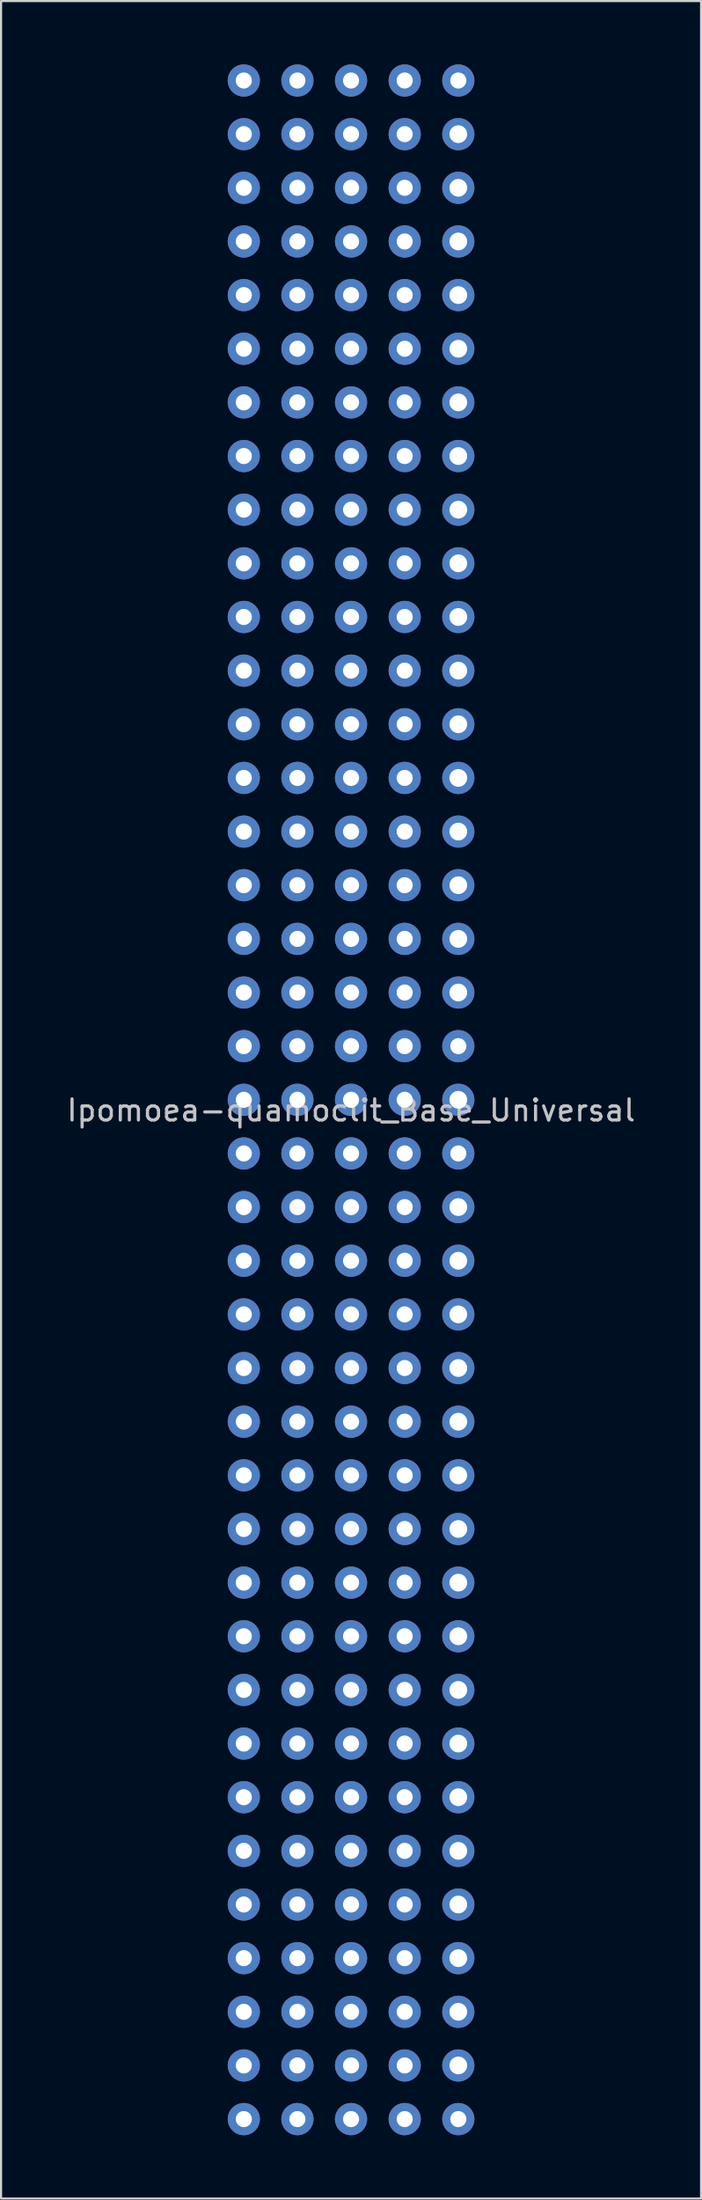
<source format=kicad_pcb>
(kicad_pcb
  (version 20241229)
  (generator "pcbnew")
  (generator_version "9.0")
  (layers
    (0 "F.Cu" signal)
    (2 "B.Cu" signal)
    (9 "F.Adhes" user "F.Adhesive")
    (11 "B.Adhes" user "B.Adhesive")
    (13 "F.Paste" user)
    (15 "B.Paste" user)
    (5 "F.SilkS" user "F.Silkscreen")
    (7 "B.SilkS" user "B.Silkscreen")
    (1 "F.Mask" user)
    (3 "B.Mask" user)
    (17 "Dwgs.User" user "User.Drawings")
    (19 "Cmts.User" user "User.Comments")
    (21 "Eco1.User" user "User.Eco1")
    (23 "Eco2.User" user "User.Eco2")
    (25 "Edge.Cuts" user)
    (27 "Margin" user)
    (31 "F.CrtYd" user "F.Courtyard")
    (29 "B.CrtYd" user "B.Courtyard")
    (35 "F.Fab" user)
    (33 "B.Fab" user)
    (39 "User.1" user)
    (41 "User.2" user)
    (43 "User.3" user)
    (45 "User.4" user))
  (footprint "Ipomoea-quamoclit_Base_Universal"
    (layer "F.Cu")
    (at 13.577 49.022)
    (property "Reference" "Ipomoea-quamoclit_Base_Universal" (at 0 0.5 0) (layer "Dwgs.User") (effects (font (size 1 1) (thickness 0.15))))
    (attr through_hole)
    (pad "" thru_hole circle (at 5.08 -45.72 270) (size 1.524 1.524) (drill 0.84) (layers "*.Cu" "*.Mask"))
    (pad "" thru_hole circle (at 5.08 -43.18 270) (size 1.524 1.524) (drill 0.84) (layers "*.Cu" "*.Mask"))
    (pad "" thru_hole circle (at 5.08 -40.64 270) (size 1.524 1.524) (drill 0.84) (layers "*.Cu" "*.Mask"))
    (pad "" thru_hole circle (at 5.08 -38.1 270) (size 1.524 1.524) (drill 0.84) (layers "*.Cu" "*.Mask"))
    (pad "" thru_hole circle (at 5.08 -35.56 270) (size 1.524 1.524) (drill 0.84) (layers "*.Cu" "*.Mask"))
    (pad "" thru_hole circle (at 5.08 -33.02 270) (size 1.524 1.524) (drill 0.84) (layers "*.Cu" "*.Mask"))
    (pad "" thru_hole circle (at 5.08 -30.48 270) (size 1.524 1.524) (drill 0.84) (layers "*.Cu" "*.Mask"))
    (pad "" thru_hole circle (at 5.08 -27.94 270) (size 1.524 1.524) (drill 0.84) (layers "*.Cu" "*.Mask"))
    (pad "" thru_hole circle (at 5.08 -25.4 270) (size 1.524 1.524) (drill 0.84) (layers "*.Cu" "*.Mask"))
    (pad "" thru_hole circle (at 5.08 -22.86 270) (size 1.524 1.524) (drill 0.84) (layers "*.Cu" "*.Mask"))
    (pad "" thru_hole circle (at 5.08 -20.32 270) (size 1.524 1.524) (drill 0.84) (layers "*.Cu" "*.Mask"))
    (pad "" thru_hole circle (at 5.08 -17.78 270) (size 1.524 1.524) (drill 0.84) (layers "*.Cu" "*.Mask"))
    (pad "" thru_hole circle (at 5.08 -15.24 270) (size 1.524 1.524) (drill 0.84) (layers "*.Cu" "*.Mask"))
    (pad "" thru_hole circle (at 5.08 -12.7 270) (size 1.524 1.524) (drill 0.84) (layers "*.Cu" "*.Mask"))
    (pad "" thru_hole circle (at 5.08 -10.16 270) (size 1.524 1.524) (drill 0.84) (layers "*.Cu" "*.Mask"))
    (pad "" thru_hole circle (at 5.08 -7.62 270) (size 1.524 1.524) (drill 0.84) (layers "*.Cu" "*.Mask"))
    (pad "" thru_hole circle (at 5.08 -5.08 270) (size 1.524 1.524) (drill 0.84) (layers "*.Cu" "*.Mask"))
    (pad "" thru_hole circle (at 5.08 0 270) (size 1.524 1.524) (drill 0.84) (layers "*.Cu" "*.Mask"))
    (pad "" thru_hole circle (at 5.08 5.08 270) (size 1.524 1.524) (drill 0.84) (layers "*.Cu" "*.Mask"))
    (pad "" thru_hole circle (at 5.08 7.62 270) (size 1.524 1.524) (drill 0.84) (layers "*.Cu" "*.Mask"))
    (pad "" thru_hole circle (at 5.08 10.16 270) (size 1.524 1.524) (drill 0.84) (layers "*.Cu" "*.Mask"))
    (pad "" thru_hole circle (at 5.08 12.7 270) (size 1.524 1.524) (drill 0.84) (layers "*.Cu" "*.Mask"))
    (pad "" thru_hole circle (at 5.08 15.24 270) (size 1.524 1.524) (drill 0.84) (layers "*.Cu" "*.Mask"))
    (pad "" thru_hole circle (at 5.08 17.78 270) (size 1.524 1.524) (drill 0.84) (layers "*.Cu" "*.Mask"))
    (pad "" thru_hole circle (at 5.08 20.32 270) (size 1.524 1.524) (drill 0.84) (layers "*.Cu" "*.Mask"))
    (pad "" thru_hole circle (at 5.08 22.86 270) (size 1.524 1.524) (drill 0.84) (layers "*.Cu" "*.Mask"))
    (pad "" thru_hole circle (at 5.08 25.4 270) (size 1.524 1.524) (drill 0.84) (layers "*.Cu" "*.Mask"))
    (pad "" thru_hole circle (at 5.08 27.94 270) (size 1.524 1.524) (drill 0.84) (layers "*.Cu" "*.Mask"))
    (pad "" thru_hole circle (at 5.08 30.48 270) (size 1.524 1.524) (drill 0.84) (layers "*.Cu" "*.Mask"))
    (pad "" thru_hole circle (at 5.08 33.02 270) (size 1.524 1.524) (drill 0.84) (layers "*.Cu" "*.Mask"))
    (pad "" thru_hole circle (at 5.08 35.56 270) (size 1.524 1.524) (drill 0.84) (layers "*.Cu" "*.Mask"))
    (pad "" thru_hole circle (at 5.08 38.1 270) (size 1.524 1.524) (drill 0.84) (layers "*.Cu" "*.Mask"))
    (pad "" thru_hole circle (at 5.08 40.64 270) (size 1.524 1.524) (drill 0.84) (layers "*.Cu" "*.Mask"))
    (pad "" thru_hole circle (at 5.08 43.18 270) (size 1.524 1.524) (drill 0.84) (layers "*.Cu" "*.Mask"))
    (pad "" thru_hole circle (at 5.08 45.72 270) (size 1.524 1.524) (drill 0.84) (layers "*.Cu" "*.Mask"))
    (pad "1" thru_hole circle (at 5.08 -48.26) (size 1.524 1.524) (drill 0.762) (layers "*.Cu" "*.Mask"))
    (pad "2" thru_hole circle (at 5.08 -2.54) (size 1.524 1.524) (drill 0.762) (layers "*.Cu" "*.Mask"))
    (pad "3" thru_hole circle (at 5.08 2.54) (size 1.524 1.524) (drill 0.762) (layers "*.Cu" "*.Mask"))
    (pad "4" thru_hole circle (at 5.08 48.26) (size 1.524 1.524) (drill 0.762) (layers "*.Cu" "*.Mask"))
    (pad "5" thru_hole circle (at 0 -48.26) (size 1.524 1.524) (drill 0.762) (layers "*.Cu" "*.Mask"))
    (pad "5" thru_hole circle (at 2.54 -48.26) (size 1.524 1.524) (drill 0.762) (layers "*.Cu" "*.Mask"))
    (pad "6" thru_hole circle (at 0 -45.72) (size 1.524 1.524) (drill 0.762) (layers "*.Cu" "*.Mask"))
    (pad "6" thru_hole circle (at 2.54 -45.72) (size 1.524 1.524) (drill 0.762) (layers "*.Cu" "*.Mask"))
    (pad "7" thru_hole circle (at 0 -43.18) (size 1.524 1.524) (drill 0.762) (layers "*.Cu" "*.Mask"))
    (pad "7" thru_hole circle (at 2.54 -43.18) (size 1.524 1.524) (drill 0.762) (layers "*.Cu" "*.Mask"))
    (pad "8" thru_hole circle (at 0 -40.64) (size 1.524 1.524) (drill 0.762) (layers "*.Cu" "*.Mask"))
    (pad "8" thru_hole circle (at 2.54 -40.64) (size 1.524 1.524) (drill 0.762) (layers "*.Cu" "*.Mask"))
    (pad "9" thru_hole circle (at 0 -38.1) (size 1.524 1.524) (drill 0.762) (layers "*.Cu" "*.Mask"))
    (pad "9" thru_hole circle (at 2.54 -38.1) (size 1.524 1.524) (drill 0.762) (layers "*.Cu" "*.Mask"))
    (pad "10" thru_hole circle (at 0 -35.56) (size 1.524 1.524) (drill 0.762) (layers "*.Cu" "*.Mask"))
    (pad "10" thru_hole circle (at 2.54 -35.56) (size 1.524 1.524) (drill 0.762) (layers "*.Cu" "*.Mask"))
    (pad "11" thru_hole circle (at 0 -33.02) (size 1.524 1.524) (drill 0.762) (layers "*.Cu" "*.Mask"))
    (pad "11" thru_hole circle (at 2.54 -33.02) (size 1.524 1.524) (drill 0.762) (layers "*.Cu" "*.Mask"))
    (pad "12" thru_hole circle (at 0 -30.48) (size 1.524 1.524) (drill 0.762) (layers "*.Cu" "*.Mask"))
    (pad "12" thru_hole circle (at 2.54 -30.48) (size 1.524 1.524) (drill 0.762) (layers "*.Cu" "*.Mask"))
    (pad "13" thru_hole circle (at 0 -27.94) (size 1.524 1.524) (drill 0.762) (layers "*.Cu" "*.Mask"))
    (pad "13" thru_hole circle (at 2.54 -27.94) (size 1.524 1.524) (drill 0.762) (layers "*.Cu" "*.Mask"))
    (pad "14" thru_hole circle (at 0 -25.4) (size 1.524 1.524) (drill 0.762) (layers "*.Cu" "*.Mask"))
    (pad "14" thru_hole circle (at 2.54 -25.4) (size 1.524 1.524) (drill 0.762) (layers "*.Cu" "*.Mask"))
    (pad "15" thru_hole circle (at 0 -22.86) (size 1.524 1.524) (drill 0.762) (layers "*.Cu" "*.Mask"))
    (pad "15" thru_hole circle (at 2.54 -22.86) (size 1.524 1.524) (drill 0.762) (layers "*.Cu" "*.Mask"))
    (pad "16" thru_hole circle (at 0 -20.32) (size 1.524 1.524) (drill 0.762) (layers "*.Cu" "*.Mask"))
    (pad "16" thru_hole circle (at 2.54 -20.32) (size 1.524 1.524) (drill 0.762) (layers "*.Cu" "*.Mask"))
    (pad "17" thru_hole circle (at 0 -17.78) (size 1.524 1.524) (drill 0.762) (layers "*.Cu" "*.Mask"))
    (pad "17" thru_hole circle (at 2.54 -17.78) (size 1.524 1.524) (drill 0.762) (layers "*.Cu" "*.Mask"))
    (pad "18" thru_hole circle (at 0 -15.24) (size 1.524 1.524) (drill 0.762) (layers "*.Cu" "*.Mask"))
    (pad "18" thru_hole circle (at 2.54 -15.24) (size 1.524 1.524) (drill 0.762) (layers "*.Cu" "*.Mask"))
    (pad "19" thru_hole circle (at 0 -12.7) (size 1.524 1.524) (drill 0.762) (layers "*.Cu" "*.Mask"))
    (pad "19" thru_hole circle (at 2.54 -12.7) (size 1.524 1.524) (drill 0.762) (layers "*.Cu" "*.Mask"))
    (pad "20" thru_hole circle (at 0 -10.16) (size 1.524 1.524) (drill 0.762) (layers "*.Cu" "*.Mask"))
    (pad "20" thru_hole circle (at 2.54 -10.16) (size 1.524 1.524) (drill 0.762) (layers "*.Cu" "*.Mask"))
    (pad "21" thru_hole circle (at 0 -7.62) (size 1.524 1.524) (drill 0.762) (layers "*.Cu" "*.Mask"))
    (pad "21" thru_hole circle (at 2.54 -7.62) (size 1.524 1.524) (drill 0.762) (layers "*.Cu" "*.Mask"))
    (pad "22" thru_hole circle (at 0 -5.08) (size 1.524 1.524) (drill 0.762) (layers "*.Cu" "*.Mask"))
    (pad "22" thru_hole circle (at 2.54 -5.08) (size 1.524 1.524) (drill 0.762) (layers "*.Cu" "*.Mask"))
    (pad "23" thru_hole circle (at 0 -2.54) (size 1.524 1.524) (drill 0.762) (layers "*.Cu" "*.Mask"))
    (pad "23" thru_hole circle (at 2.54 -2.54) (size 1.524 1.524) (drill 0.762) (layers "*.Cu" "*.Mask"))
    (pad "24" thru_hole circle (at 0 0) (size 1.524 1.524) (drill 0.762) (layers "*.Cu" "*.Mask"))
    (pad "24" thru_hole circle (at 2.54 0) (size 1.524 1.524) (drill 0.762) (layers "*.Cu" "*.Mask"))
    (pad "25" thru_hole circle (at 0 2.54) (size 1.524 1.524) (drill 0.762) (layers "*.Cu" "*.Mask"))
    (pad "25" thru_hole circle (at 2.54 2.54) (size 1.524 1.524) (drill 0.762) (layers "*.Cu" "*.Mask"))
    (pad "26" thru_hole circle (at 0 5.08) (size 1.524 1.524) (drill 0.762) (layers "*.Cu" "*.Mask"))
    (pad "26" thru_hole circle (at 2.54 5.08) (size 1.524 1.524) (drill 0.762) (layers "*.Cu" "*.Mask"))
    (pad "27" thru_hole circle (at 0 7.62) (size 1.524 1.524) (drill 0.762) (layers "*.Cu" "*.Mask"))
    (pad "27" thru_hole circle (at 2.54 7.62) (size 1.524 1.524) (drill 0.762) (layers "*.Cu" "*.Mask"))
    (pad "28" thru_hole circle (at 0 10.16) (size 1.524 1.524) (drill 0.762) (layers "*.Cu" "*.Mask"))
    (pad "28" thru_hole circle (at 2.54 10.16) (size 1.524 1.524) (drill 0.762) (layers "*.Cu" "*.Mask"))
    (pad "29" thru_hole circle (at 0 12.7) (size 1.524 1.524) (drill 0.762) (layers "*.Cu" "*.Mask"))
    (pad "29" thru_hole circle (at 2.54 12.7) (size 1.524 1.524) (drill 0.762) (layers "*.Cu" "*.Mask"))
    (pad "30" thru_hole circle (at 0 15.24) (size 1.524 1.524) (drill 0.762) (layers "*.Cu" "*.Mask"))
    (pad "30" thru_hole circle (at 2.54 15.24) (size 1.524 1.524) (drill 0.762) (layers "*.Cu" "*.Mask"))
    (pad "31" thru_hole circle (at 0 17.78) (size 1.524 1.524) (drill 0.762) (layers "*.Cu" "*.Mask"))
    (pad "31" thru_hole circle (at 2.54 17.78) (size 1.524 1.524) (drill 0.762) (layers "*.Cu" "*.Mask"))
    (pad "32" thru_hole circle (at 0 20.32) (size 1.524 1.524) (drill 0.762) (layers "*.Cu" "*.Mask"))
    (pad "32" thru_hole circle (at 2.54 20.32) (size 1.524 1.524) (drill 0.762) (layers "*.Cu" "*.Mask"))
    (pad "33" thru_hole circle (at 0 22.86) (size 1.524 1.524) (drill 0.762) (layers "*.Cu" "*.Mask"))
    (pad "33" thru_hole circle (at 2.54 22.86) (size 1.524 1.524) (drill 0.762) (layers "*.Cu" "*.Mask"))
    (pad "34" thru_hole circle (at 0 25.4) (size 1.524 1.524) (drill 0.762) (layers "*.Cu" "*.Mask"))
    (pad "34" thru_hole circle (at 2.54 25.4) (size 1.524 1.524) (drill 0.762) (layers "*.Cu" "*.Mask"))
    (pad "35" thru_hole circle (at 0 27.94) (size 1.524 1.524) (drill 0.762) (layers "*.Cu" "*.Mask"))
    (pad "35" thru_hole circle (at 2.54 27.94) (size 1.524 1.524) (drill 0.762) (layers "*.Cu" "*.Mask"))
    (pad "36" thru_hole circle (at 0 30.48) (size 1.524 1.524) (drill 0.762) (layers "*.Cu" "*.Mask"))
    (pad "36" thru_hole circle (at 2.54 30.48) (size 1.524 1.524) (drill 0.762) (layers "*.Cu" "*.Mask"))
    (pad "37" thru_hole circle (at 0 33.02) (size 1.524 1.524) (drill 0.762) (layers "*.Cu" "*.Mask"))
    (pad "37" thru_hole circle (at 2.54 33.02) (size 1.524 1.524) (drill 0.762) (layers "*.Cu" "*.Mask"))
    (pad "38" thru_hole circle (at 0 35.56) (size 1.524 1.524) (drill 0.762) (layers "*.Cu" "*.Mask"))
    (pad "38" thru_hole circle (at 2.54 35.56) (size 1.524 1.524) (drill 0.762) (layers "*.Cu" "*.Mask"))
    (pad "39" thru_hole circle (at 0 38.1) (size 1.524 1.524) (drill 0.762) (layers "*.Cu" "*.Mask"))
    (pad "39" thru_hole circle (at 2.54 38.1) (size 1.524 1.524) (drill 0.762) (layers "*.Cu" "*.Mask"))
    (pad "40" thru_hole circle (at 0 40.64) (size 1.524 1.524) (drill 0.762) (layers "*.Cu" "*.Mask"))
    (pad "40" thru_hole circle (at 2.54 40.64) (size 1.524 1.524) (drill 0.762) (layers "*.Cu" "*.Mask"))
    (pad "41" thru_hole circle (at 0 43.18) (size 1.524 1.524) (drill 0.762) (layers "*.Cu" "*.Mask"))
    (pad "41" thru_hole circle (at 2.54 43.18) (size 1.524 1.524) (drill 0.762) (layers "*.Cu" "*.Mask"))
    (pad "42" thru_hole circle (at 0 45.72) (size 1.524 1.524) (drill 0.762) (layers "*.Cu" "*.Mask"))
    (pad "42" thru_hole circle (at 2.54 45.72) (size 1.524 1.524) (drill 0.762) (layers "*.Cu" "*.Mask"))
    (pad "43" thru_hole circle (at 0 48.26) (size 1.524 1.524) (drill 0.762) (layers "*.Cu" "*.Mask"))
    (pad "43" thru_hole circle (at 2.54 48.26) (size 1.524 1.524) (drill 0.762) (layers "*.Cu" "*.Mask"))
    (pad "44" thru_hole circle (at -5.08 -48.26) (size 1.524 1.524) (drill 0.762) (layers "*.Cu" "*.Mask"))
    (pad "44" thru_hole circle (at -2.54 -48.26) (size 1.524 1.524) (drill 0.762) (layers "*.Cu" "*.Mask"))
    (pad "45" thru_hole circle (at -5.08 -45.72) (size 1.524 1.524) (drill 0.762) (layers "*.Cu" "*.Mask"))
    (pad "45" thru_hole circle (at -2.54 -45.72) (size 1.524 1.524) (drill 0.762) (layers "*.Cu" "*.Mask"))
    (pad "46" thru_hole circle (at -5.08 -43.18) (size 1.524 1.524) (drill 0.762) (layers "*.Cu" "*.Mask"))
    (pad "46" thru_hole circle (at -2.54 -43.18) (size 1.524 1.524) (drill 0.762) (layers "*.Cu" "*.Mask"))
    (pad "47" thru_hole circle (at -5.08 -40.64) (size 1.524 1.524) (drill 0.762) (layers "*.Cu" "*.Mask"))
    (pad "47" thru_hole circle (at -2.54 -40.64) (size 1.524 1.524) (drill 0.762) (layers "*.Cu" "*.Mask"))
    (pad "48" thru_hole circle (at -5.08 -38.1) (size 1.524 1.524) (drill 0.762) (layers "*.Cu" "*.Mask"))
    (pad "48" thru_hole circle (at -2.54 -38.1) (size 1.524 1.524) (drill 0.762) (layers "*.Cu" "*.Mask"))
    (pad "49" thru_hole circle (at -5.08 -35.56) (size 1.524 1.524) (drill 0.762) (layers "*.Cu" "*.Mask"))
    (pad "49" thru_hole circle (at -2.54 -35.56) (size 1.524 1.524) (drill 0.762) (layers "*.Cu" "*.Mask"))
    (pad "50" thru_hole circle (at -5.08 -33.02) (size 1.524 1.524) (drill 0.762) (layers "*.Cu" "*.Mask"))
    (pad "50" thru_hole circle (at -2.54 -33.02) (size 1.524 1.524) (drill 0.762) (layers "*.Cu" "*.Mask"))
    (pad "51" thru_hole circle (at -5.08 -30.48) (size 1.524 1.524) (drill 0.762) (layers "*.Cu" "*.Mask"))
    (pad "51" thru_hole circle (at -2.54 -30.48) (size 1.524 1.524) (drill 0.762) (layers "*.Cu" "*.Mask"))
    (pad "52" thru_hole circle (at -5.08 -27.94) (size 1.524 1.524) (drill 0.762) (layers "*.Cu" "*.Mask"))
    (pad "52" thru_hole circle (at -2.54 -27.94) (size 1.524 1.524) (drill 0.762) (layers "*.Cu" "*.Mask"))
    (pad "53" thru_hole circle (at -5.08 -25.4) (size 1.524 1.524) (drill 0.762) (layers "*.Cu" "*.Mask"))
    (pad "53" thru_hole circle (at -2.54 -25.4) (size 1.524 1.524) (drill 0.762) (layers "*.Cu" "*.Mask"))
    (pad "54" thru_hole circle (at -5.08 -22.86) (size 1.524 1.524) (drill 0.762) (layers "*.Cu" "*.Mask"))
    (pad "54" thru_hole circle (at -2.54 -22.86) (size 1.524 1.524) (drill 0.762) (layers "*.Cu" "*.Mask"))
    (pad "55" thru_hole circle (at -5.08 -20.32) (size 1.524 1.524) (drill 0.762) (layers "*.Cu" "*.Mask"))
    (pad "55" thru_hole circle (at -2.54 -20.32) (size 1.524 1.524) (drill 0.762) (layers "*.Cu" "*.Mask"))
    (pad "56" thru_hole circle (at -5.08 -17.78) (size 1.524 1.524) (drill 0.762) (layers "*.Cu" "*.Mask"))
    (pad "56" thru_hole circle (at -2.54 -17.78) (size 1.524 1.524) (drill 0.762) (layers "*.Cu" "*.Mask"))
    (pad "57" thru_hole circle (at -5.08 -15.24) (size 1.524 1.524) (drill 0.762) (layers "*.Cu" "*.Mask"))
    (pad "57" thru_hole circle (at -2.54 -15.24) (size 1.524 1.524) (drill 0.762) (layers "*.Cu" "*.Mask"))
    (pad "58" thru_hole circle (at -5.08 -12.7) (size 1.524 1.524) (drill 0.762) (layers "*.Cu" "*.Mask"))
    (pad "58" thru_hole circle (at -2.54 -12.7) (size 1.524 1.524) (drill 0.762) (layers "*.Cu" "*.Mask"))
    (pad "59" thru_hole circle (at -5.08 -10.16) (size 1.524 1.524) (drill 0.762) (layers "*.Cu" "*.Mask"))
    (pad "59" thru_hole circle (at -2.54 -10.16) (size 1.524 1.524) (drill 0.762) (layers "*.Cu" "*.Mask"))
    (pad "60" thru_hole circle (at -5.08 -7.62) (size 1.524 1.524) (drill 0.762) (layers "*.Cu" "*.Mask"))
    (pad "60" thru_hole circle (at -2.54 -7.62) (size 1.524 1.524) (drill 0.762) (layers "*.Cu" "*.Mask"))
    (pad "61" thru_hole circle (at -5.08 -5.08) (size 1.524 1.524) (drill 0.762) (layers "*.Cu" "*.Mask"))
    (pad "61" thru_hole circle (at -2.54 -5.08) (size 1.524 1.524) (drill 0.762) (layers "*.Cu" "*.Mask"))
    (pad "62" thru_hole circle (at -5.08 -2.54) (size 1.524 1.524) (drill 0.762) (layers "*.Cu" "*.Mask"))
    (pad "62" thru_hole circle (at -2.54 -2.54) (size 1.524 1.524) (drill 0.762) (layers "*.Cu" "*.Mask"))
    (pad "63" thru_hole circle (at -5.08 0) (size 1.524 1.524) (drill 0.762) (layers "*.Cu" "*.Mask"))
    (pad "63" thru_hole circle (at -2.54 0) (size 1.524 1.524) (drill 0.762) (layers "*.Cu" "*.Mask"))
    (pad "64" thru_hole circle (at -5.08 2.54) (size 1.524 1.524) (drill 0.762) (layers "*.Cu" "*.Mask"))
    (pad "64" thru_hole circle (at -2.54 2.54) (size 1.524 1.524) (drill 0.762) (layers "*.Cu" "*.Mask"))
    (pad "65" thru_hole circle (at -5.08 5.08) (size 1.524 1.524) (drill 0.762) (layers "*.Cu" "*.Mask"))
    (pad "65" thru_hole circle (at -2.54 5.08) (size 1.524 1.524) (drill 0.762) (layers "*.Cu" "*.Mask"))
    (pad "66" thru_hole circle (at -5.08 7.62) (size 1.524 1.524) (drill 0.762) (layers "*.Cu" "*.Mask"))
    (pad "66" thru_hole circle (at -2.54 7.62) (size 1.524 1.524) (drill 0.762) (layers "*.Cu" "*.Mask"))
    (pad "67" thru_hole circle (at -5.08 10.16) (size 1.524 1.524) (drill 0.762) (layers "*.Cu" "*.Mask"))
    (pad "67" thru_hole circle (at -2.54 10.16) (size 1.524 1.524) (drill 0.762) (layers "*.Cu" "*.Mask"))
    (pad "68" thru_hole circle (at -5.08 12.7) (size 1.524 1.524) (drill 0.762) (layers "*.Cu" "*.Mask"))
    (pad "68" thru_hole circle (at -2.54 12.7) (size 1.524 1.524) (drill 0.762) (layers "*.Cu" "*.Mask"))
    (pad "69" thru_hole circle (at -5.08 15.24) (size 1.524 1.524) (drill 0.762) (layers "*.Cu" "*.Mask"))
    (pad "69" thru_hole circle (at -2.54 15.24) (size 1.524 1.524) (drill 0.762) (layers "*.Cu" "*.Mask"))
    (pad "70" thru_hole circle (at -5.08 17.78) (size 1.524 1.524) (drill 0.762) (layers "*.Cu" "*.Mask"))
    (pad "70" thru_hole circle (at -2.54 17.78) (size 1.524 1.524) (drill 0.762) (layers "*.Cu" "*.Mask"))
    (pad "71" thru_hole circle (at -5.08 20.32) (size 1.524 1.524) (drill 0.762) (layers "*.Cu" "*.Mask"))
    (pad "71" thru_hole circle (at -2.54 20.32) (size 1.524 1.524) (drill 0.762) (layers "*.Cu" "*.Mask"))
    (pad "72" thru_hole circle (at -5.08 22.86) (size 1.524 1.524) (drill 0.762) (layers "*.Cu" "*.Mask"))
    (pad "72" thru_hole circle (at -2.54 22.86) (size 1.524 1.524) (drill 0.762) (layers "*.Cu" "*.Mask"))
    (pad "73" thru_hole circle (at -5.08 25.4) (size 1.524 1.524) (drill 0.762) (layers "*.Cu" "*.Mask"))
    (pad "73" thru_hole circle (at -2.54 25.4) (size 1.524 1.524) (drill 0.762) (layers "*.Cu" "*.Mask"))
    (pad "74" thru_hole circle (at -5.08 27.94) (size 1.524 1.524) (drill 0.762) (layers "*.Cu" "*.Mask"))
    (pad "74" thru_hole circle (at -2.54 27.94) (size 1.524 1.524) (drill 0.762) (layers "*.Cu" "*.Mask"))
    (pad "75" thru_hole circle (at -5.08 30.48) (size 1.524 1.524) (drill 0.762) (layers "*.Cu" "*.Mask"))
    (pad "75" thru_hole circle (at -2.54 30.48) (size 1.524 1.524) (drill 0.762) (layers "*.Cu" "*.Mask"))
    (pad "76" thru_hole circle (at -5.08 33.02) (size 1.524 1.524) (drill 0.762) (layers "*.Cu" "*.Mask"))
    (pad "76" thru_hole circle (at -2.54 33.02) (size 1.524 1.524) (drill 0.762) (layers "*.Cu" "*.Mask"))
    (pad "77" thru_hole circle (at -5.08 35.56) (size 1.524 1.524) (drill 0.762) (layers "*.Cu" "*.Mask"))
    (pad "77" thru_hole circle (at -2.54 35.56) (size 1.524 1.524) (drill 0.762) (layers "*.Cu" "*.Mask"))
    (pad "78" thru_hole circle (at -5.08 38.1) (size 1.524 1.524) (drill 0.762) (layers "*.Cu" "*.Mask"))
    (pad "78" thru_hole circle (at -2.54 38.1) (size 1.524 1.524) (drill 0.762) (layers "*.Cu" "*.Mask"))
    (pad "79" thru_hole circle (at -5.08 40.64) (size 1.524 1.524) (drill 0.762) (layers "*.Cu" "*.Mask"))
    (pad "79" thru_hole circle (at -2.54 40.64) (size 1.524 1.524) (drill 0.762) (layers "*.Cu" "*.Mask"))
    (pad "80" thru_hole circle (at -5.08 43.18) (size 1.524 1.524) (drill 0.762) (layers "*.Cu" "*.Mask"))
    (pad "80" thru_hole circle (at -2.54 43.18) (size 1.524 1.524) (drill 0.762) (layers "*.Cu" "*.Mask"))
    (pad "81" thru_hole circle (at -5.08 45.72) (size 1.524 1.524) (drill 0.762) (layers "*.Cu" "*.Mask"))
    (pad "81" thru_hole circle (at -2.54 45.72) (size 1.524 1.524) (drill 0.762) (layers "*.Cu" "*.Mask"))
    (pad "82" thru_hole circle (at -5.08 48.26) (size 1.524 1.524) (drill 0.762) (layers "*.Cu" "*.Mask"))
    (pad "82" thru_hole circle (at -2.54 48.26) (size 1.524 1.524) (drill 0.762) (layers "*.Cu" "*.Mask")))
  (gr_rect
    (start -3 -3)
    (end 30.155 101.044)
    (stroke (width 0.1) (type default))
    (fill no)
    (layer "Edge.Cuts")))
</source>
